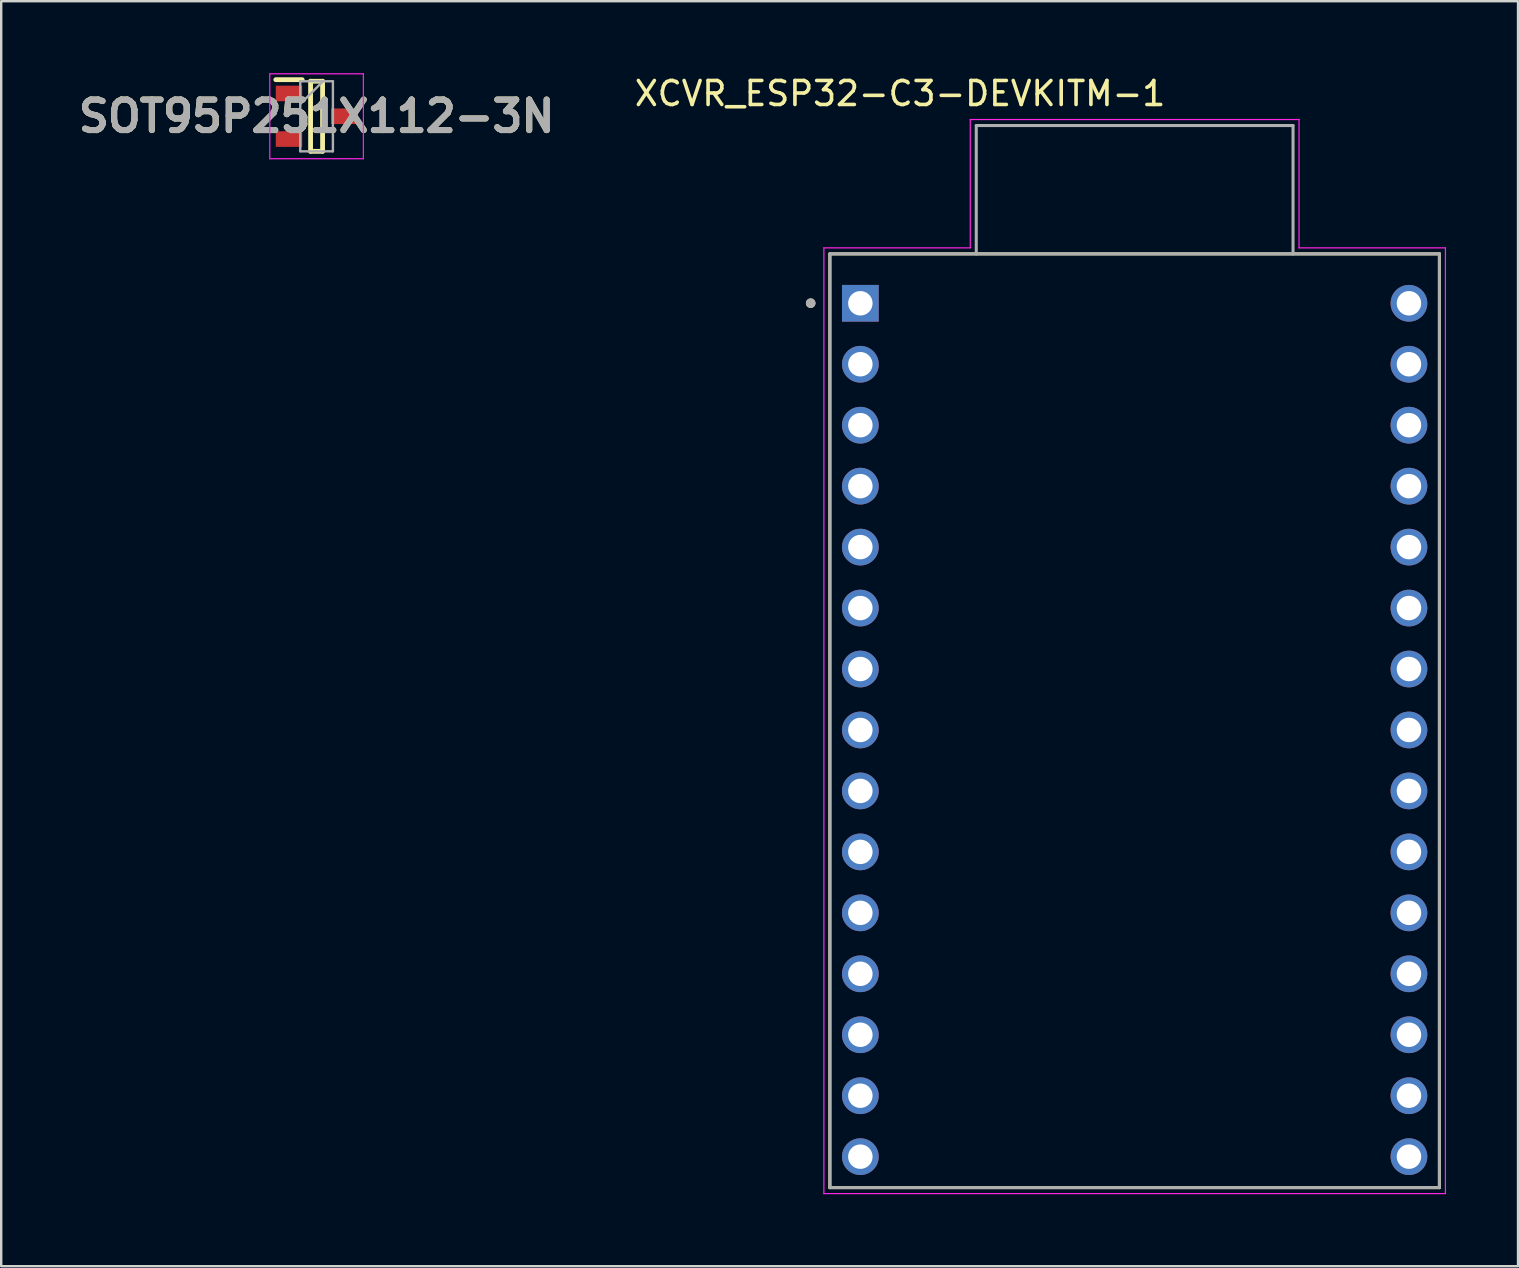
<source format=kicad_pcb>
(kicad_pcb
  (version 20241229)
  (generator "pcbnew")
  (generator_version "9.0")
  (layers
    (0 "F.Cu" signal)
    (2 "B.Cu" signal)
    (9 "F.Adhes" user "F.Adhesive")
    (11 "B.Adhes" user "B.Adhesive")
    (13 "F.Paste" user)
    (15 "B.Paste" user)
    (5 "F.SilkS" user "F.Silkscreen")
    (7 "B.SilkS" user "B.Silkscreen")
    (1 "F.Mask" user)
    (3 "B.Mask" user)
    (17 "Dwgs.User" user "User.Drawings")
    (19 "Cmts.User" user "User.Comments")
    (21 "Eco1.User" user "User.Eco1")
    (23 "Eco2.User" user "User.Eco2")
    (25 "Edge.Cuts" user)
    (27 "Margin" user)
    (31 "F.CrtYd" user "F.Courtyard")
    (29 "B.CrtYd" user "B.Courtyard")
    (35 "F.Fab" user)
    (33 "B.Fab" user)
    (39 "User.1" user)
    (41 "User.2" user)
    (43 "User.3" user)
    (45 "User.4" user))
  (footprint "XCVR_ESP32-C3-DEVKITM-1"
    (layer "F.Cu")
    (at 44.231 26.983)
    (property "Reference" "XCVR_ESP32-C3-DEVKITM-1" (at -9.775 -26.135 0) (layer "F.SilkS") (effects (font (size 1 1) (thickness 0.15))))
    (attr through_hole)
    (fp_line (start -12.7 -19.455) (end 12.7 -19.455) (stroke (width 0.127) (type solid)) (layer "F.SilkS"))
    (fp_line (start -12.7 19.455) (end -12.7 -19.455) (stroke (width 0.127) (type solid)) (layer "F.SilkS"))
    (fp_line (start 12.7 -19.455) (end 12.7 19.455) (stroke (width 0.127) (type solid)) (layer "F.SilkS"))
    (fp_line (start 12.7 19.455) (end -12.7 19.455) (stroke (width 0.127) (type solid)) (layer "F.SilkS"))
    (fp_circle (center -13.5 -17.4) (end -13.4 -17.4) (stroke (width 0.2) (type solid)) (fill no) (layer "F.SilkS"))
    (fp_line (start -12.95 -19.705) (end -12.95 19.705) (stroke (width 0.05) (type solid)) (layer "F.CrtYd"))
    (fp_line (start -12.95 19.705) (end 12.95 19.705) (stroke (width 0.05) (type solid)) (layer "F.CrtYd"))
    (fp_line (start -6.85 -25.053) (end -6.85 -19.705) (stroke (width 0.05) (type solid)) (layer "F.CrtYd"))
    (fp_line (start -6.85 -19.705) (end -12.95 -19.705) (stroke (width 0.05) (type solid)) (layer "F.CrtYd"))
    (fp_line (start 6.85 -25.053) (end -6.85 -25.053) (stroke (width 0.05) (type solid)) (layer "F.CrtYd"))
    (fp_line (start 6.85 -19.705) (end 6.85 -25.053) (stroke (width 0.05) (type solid)) (layer "F.CrtYd"))
    (fp_line (start 12.95 -19.705) (end 6.85 -19.705) (stroke (width 0.05) (type solid)) (layer "F.CrtYd"))
    (fp_line (start 12.95 19.705) (end 12.95 -19.705) (stroke (width 0.05) (type solid)) (layer "F.CrtYd"))
    (fp_line (start -12.7 -19.455) (end -6.6 -19.455) (stroke (width 0.127) (type solid)) (layer "F.Fab"))
    (fp_line (start -12.7 19.455) (end -12.7 -19.455) (stroke (width 0.127) (type solid)) (layer "F.Fab"))
    (fp_line (start -6.6 -24.803) (end 6.6 -24.803) (stroke (width 0.127) (type solid)) (layer "F.Fab"))
    (fp_line (start -6.6 -19.455) (end -6.6 -24.803) (stroke (width 0.127) (type solid)) (layer "F.Fab"))
    (fp_line (start -6.6 -19.455) (end 6.6 -19.455) (stroke (width 0.127) (type solid)) (layer "F.Fab"))
    (fp_line (start 6.6 -24.803) (end 6.6 -19.455) (stroke (width 0.127) (type solid)) (layer "F.Fab"))
    (fp_line (start 6.6 -19.455) (end 12.7 -19.455) (stroke (width 0.127) (type solid)) (layer "F.Fab"))
    (fp_line (start 12.7 -19.455) (end 12.7 19.455) (stroke (width 0.127) (type solid)) (layer "F.Fab"))
    (fp_line (start 12.7 19.455) (end -12.7 19.455) (stroke (width 0.127) (type solid)) (layer "F.Fab"))
    (fp_circle (center -13.5 -17.4) (end -13.4 -17.4) (stroke (width 0.2) (type solid)) (fill no) (layer "F.Fab"))
    (pad "1" thru_hole rect (at -11.43 -17.395) (size 1.53 1.53) (drill 1.02) (layers "*.Cu" "*.Mask"))
    (pad "2" thru_hole circle (at -11.43 -14.855) (size 1.53 1.53) (drill 1.02) (layers "*.Cu" "*.Mask"))
    (pad "3" thru_hole circle (at -11.43 -12.315) (size 1.53 1.53) (drill 1.02) (layers "*.Cu" "*.Mask"))
    (pad "4" thru_hole circle (at -11.43 -9.775) (size 1.53 1.53) (drill 1.02) (layers "*.Cu" "*.Mask"))
    (pad "5" thru_hole circle (at -11.43 -7.235) (size 1.53 1.53) (drill 1.02) (layers "*.Cu" "*.Mask"))
    (pad "6" thru_hole circle (at -11.43 -4.695) (size 1.53 1.53) (drill 1.02) (layers "*.Cu" "*.Mask"))
    (pad "7" thru_hole circle (at -11.43 -2.155) (size 1.53 1.53) (drill 1.02) (layers "*.Cu" "*.Mask"))
    (pad "8" thru_hole circle (at -11.43 0.385) (size 1.53 1.53) (drill 1.02) (layers "*.Cu" "*.Mask"))
    (pad "9" thru_hole circle (at -11.43 2.925) (size 1.53 1.53) (drill 1.02) (layers "*.Cu" "*.Mask"))
    (pad "10" thru_hole circle (at -11.43 5.465) (size 1.53 1.53) (drill 1.02) (layers "*.Cu" "*.Mask"))
    (pad "11" thru_hole circle (at -11.43 8.005) (size 1.53 1.53) (drill 1.02) (layers "*.Cu" "*.Mask"))
    (pad "12" thru_hole circle (at -11.43 10.545) (size 1.53 1.53) (drill 1.02) (layers "*.Cu" "*.Mask"))
    (pad "13" thru_hole circle (at -11.43 13.085) (size 1.53 1.53) (drill 1.02) (layers "*.Cu" "*.Mask"))
    (pad "14" thru_hole circle (at -11.43 15.625) (size 1.53 1.53) (drill 1.02) (layers "*.Cu" "*.Mask"))
    (pad "15" thru_hole circle (at -11.43 18.165) (size 1.53 1.53) (drill 1.02) (layers "*.Cu" "*.Mask"))
    (pad "16" thru_hole circle (at 11.43 18.165) (size 1.53 1.53) (drill 1.02) (layers "*.Cu" "*.Mask"))
    (pad "17" thru_hole circle (at 11.43 15.625) (size 1.53 1.53) (drill 1.02) (layers "*.Cu" "*.Mask"))
    (pad "18" thru_hole circle (at 11.43 13.085) (size 1.53 1.53) (drill 1.02) (layers "*.Cu" "*.Mask"))
    (pad "19" thru_hole circle (at 11.43 10.545) (size 1.53 1.53) (drill 1.02) (layers "*.Cu" "*.Mask"))
    (pad "20" thru_hole circle (at 11.43 8.005) (size 1.53 1.53) (drill 1.02) (layers "*.Cu" "*.Mask"))
    (pad "21" thru_hole circle (at 11.43 5.465) (size 1.53 1.53) (drill 1.02) (layers "*.Cu" "*.Mask"))
    (pad "22" thru_hole circle (at 11.43 2.925) (size 1.53 1.53) (drill 1.02) (layers "*.Cu" "*.Mask"))
    (pad "23" thru_hole circle (at 11.43 0.385) (size 1.53 1.53) (drill 1.02) (layers "*.Cu" "*.Mask"))
    (pad "24" thru_hole circle (at 11.43 -2.155) (size 1.53 1.53) (drill 1.02) (layers "*.Cu" "*.Mask"))
    (pad "25" thru_hole circle (at 11.43 -4.695) (size 1.53 1.53) (drill 1.02) (layers "*.Cu" "*.Mask"))
    (pad "26" thru_hole circle (at 11.43 -7.235) (size 1.53 1.53) (drill 1.02) (layers "*.Cu" "*.Mask"))
    (pad "27" thru_hole circle (at 11.43 -9.775) (size 1.53 1.53) (drill 1.02) (layers "*.Cu" "*.Mask"))
    (pad "28" thru_hole circle (at 11.43 -12.315) (size 1.53 1.53) (drill 1.02) (layers "*.Cu" "*.Mask"))
    (pad "29" thru_hole circle (at 11.43 -14.855) (size 1.53 1.53) (drill 1.02) (layers "*.Cu" "*.Mask"))
    (pad "30" thru_hole circle (at 11.43 -17.395) (size 1.53 1.53) (drill 1.02) (layers "*.Cu" "*.Mask")))
  (footprint "SOT95P251X112-3N"
    (layer "F.Cu")
    (at 10.142 1.795)
    (property "Reference" "SOT95P251X112-3N" (at 0 0 0) (layer "F.SilkS") (effects (font (size 1.27 1.27) (thickness 0.254))))
    (attr smd)
    (fp_line (start -1.7 -1.525) (end -0.6 -1.525) (stroke (width 0.2) (type solid)) (layer "F.SilkS"))
    (fp_line (start -0.25 -1.46) (end 0.25 -1.46) (stroke (width 0.2) (type solid)) (layer "F.SilkS"))
    (fp_line (start -0.25 1.46) (end -0.25 -1.46) (stroke (width 0.2) (type solid)) (layer "F.SilkS"))
    (fp_line (start 0.25 -1.46) (end 0.25 1.46) (stroke (width 0.2) (type solid)) (layer "F.SilkS"))
    (fp_line (start 0.25 1.46) (end -0.25 1.46) (stroke (width 0.2) (type solid)) (layer "F.SilkS"))
    (fp_line (start -1.95 -1.77) (end 1.95 -1.77) (stroke (width 0.05) (type solid)) (layer "F.CrtYd"))
    (fp_line (start -1.95 1.77) (end -1.95 -1.77) (stroke (width 0.05) (type solid)) (layer "F.CrtYd"))
    (fp_line (start 1.95 -1.77) (end 1.95 1.77) (stroke (width 0.05) (type solid)) (layer "F.CrtYd"))
    (fp_line (start 1.95 1.77) (end -1.95 1.77) (stroke (width 0.05) (type solid)) (layer "F.CrtYd"))
    (fp_line (start -0.68 -1.46) (end 0.68 -1.46) (stroke (width 0.1) (type solid)) (layer "F.Fab"))
    (fp_line (start -0.68 -0.51) (end 0.27 -1.46) (stroke (width 0.1) (type solid)) (layer "F.Fab"))
    (fp_line (start -0.68 1.46) (end -0.68 -1.46) (stroke (width 0.1) (type solid)) (layer "F.Fab"))
    (fp_line (start 0.68 -1.46) (end 0.68 1.46) (stroke (width 0.1) (type solid)) (layer "F.Fab"))
    (fp_line (start 0.68 1.46) (end -0.68 1.46) (stroke (width 0.1) (type solid)) (layer "F.Fab"))
    (fp_text user "${REFERENCE}" (at 0 0 0) (layer "F.Fab") (effects (font (size 1.27 1.27) (thickness 0.254))))
    (pad "1" smd rect (at -1.15 -0.95 90) (size 0.65 1.1) (layers "F.Cu" "F.Mask" "F.Paste"))
    (pad "2" smd rect (at -1.15 0.95 90) (size 0.65 1.1) (layers "F.Cu" "F.Mask" "F.Paste"))
    (pad "3" smd rect (at 1.15 0 90) (size 0.65 1.1) (layers "F.Cu" "F.Mask" "F.Paste")))
  (gr_rect
    (start -3 -3)
    (end 60.206 49.713)
    (stroke (width 0.1) (type default))
    (fill no)
    (layer "Edge.Cuts")))
</source>
